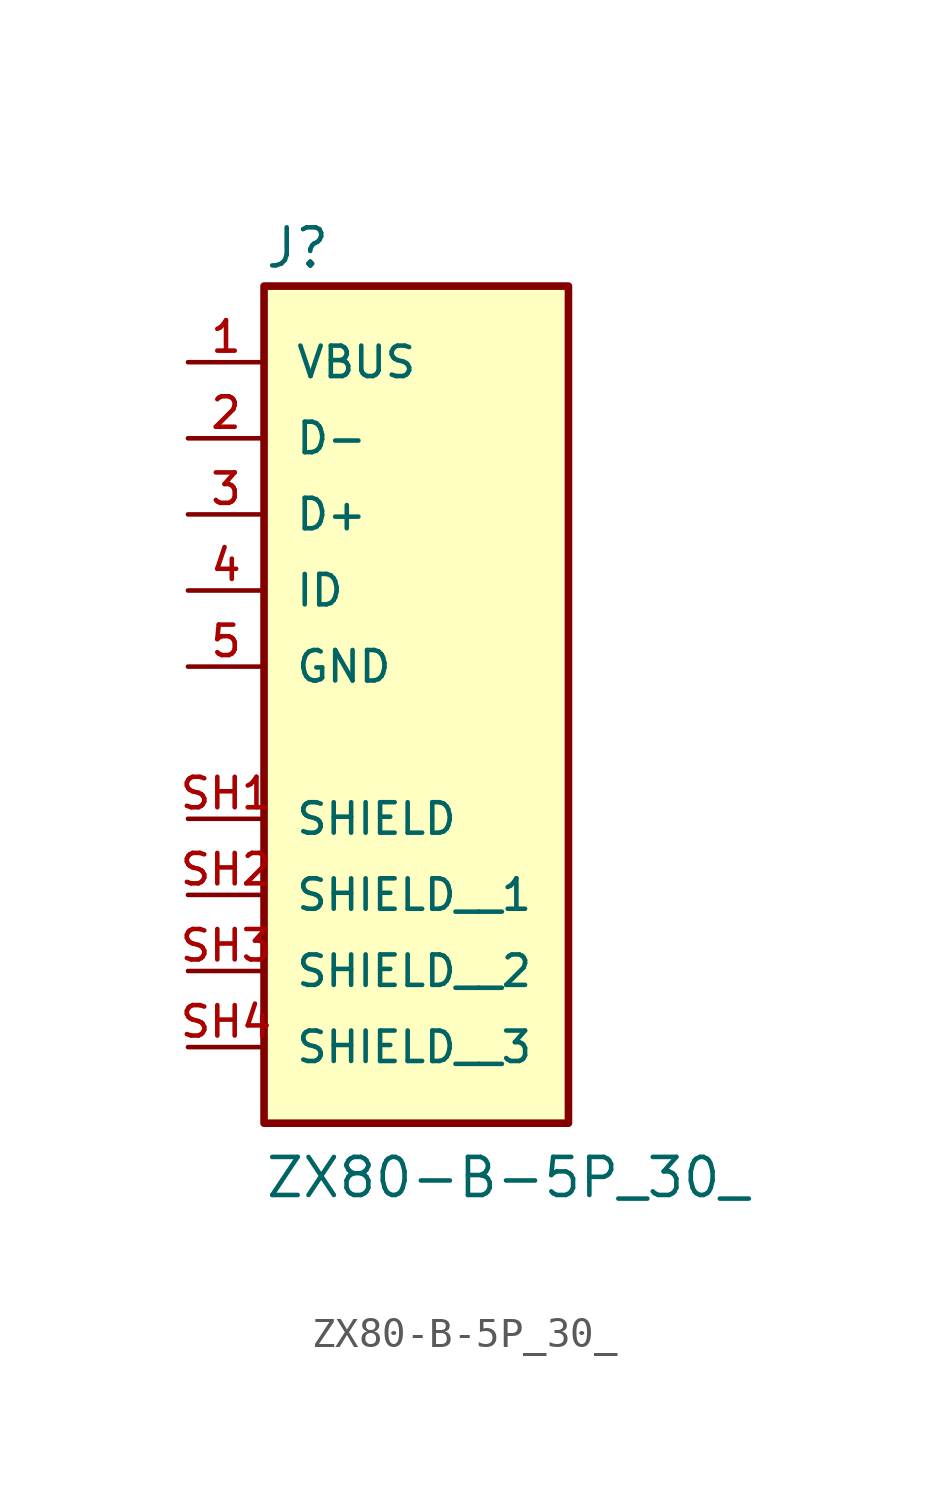
<source format=kicad_sym>
(kicad_symbol_lib
  (version 20211014)
  (generator kicad_symbol_editor)
  (symbol "ZX80-B-5P_30_"
    (pin_names
      (offset 1.016))
    (property "Reference" "J"
      (at -5.089 10.688 0)
      (effects (font (size 1.27 1.27)) (justify bottom left)))
    (property "Value" "ZX80-B-5P_30_"
      (at -5.087 -20.338 0)
      (effects (font (size 1.27 1.27)) (justify bottom left)))
    (symbol "ZX80-B-5P_30__0_0"
      (rectangle (start -5.08 -17.78) (end 5.08 10.16) (stroke (width 0.254)) (fill (type background)))
      (pin power_in line (at -7.62 7.62 0) (length 2.54) (name "VBUS" (effects (font (size 1.016 1.016)))) (number "1" (effects (font (size 1.016 1.016)))))
      (pin bidirectional line (at -7.62 5.08 0) (length 2.54) (name "D-" (effects (font (size 1.016 1.016)))) (number "2" (effects (font (size 1.016 1.016)))))
      (pin bidirectional line (at -7.62 2.54 0) (length 2.54) (name "D+" (effects (font (size 1.016 1.016)))) (number "3" (effects (font (size 1.016 1.016)))))
      (pin bidirectional line (at -7.62 0.0 0) (length 2.54) (name "ID" (effects (font (size 1.016 1.016)))) (number "4" (effects (font (size 1.016 1.016)))))
      (pin power_in line (at -7.62 -2.54 0) (length 2.54) (name "GND" (effects (font (size 1.016 1.016)))) (number "5" (effects (font (size 1.016 1.016)))))
      (pin passive line (at -7.62 -7.62 0) (length 2.54) (name "SHIELD" (effects (font (size 1.016 1.016)))) (number "SH1" (effects (font (size 1.016 1.016)))))
      (pin passive line (at -7.62 -10.16 0) (length 2.54) (name "SHIELD__1" (effects (font (size 1.016 1.016)))) (number "SH2" (effects (font (size 1.016 1.016)))))
      (pin passive line (at -7.62 -12.7 0) (length 2.54) (name "SHIELD__2" (effects (font (size 1.016 1.016)))) (number "SH3" (effects (font (size 1.016 1.016)))))
      (pin passive line (at -7.62 -15.24 0) (length 2.54) (name "SHIELD__3" (effects (font (size 1.016 1.016)))) (number "SH4" (effects (font (size 1.016 1.016))))))))
</source>
